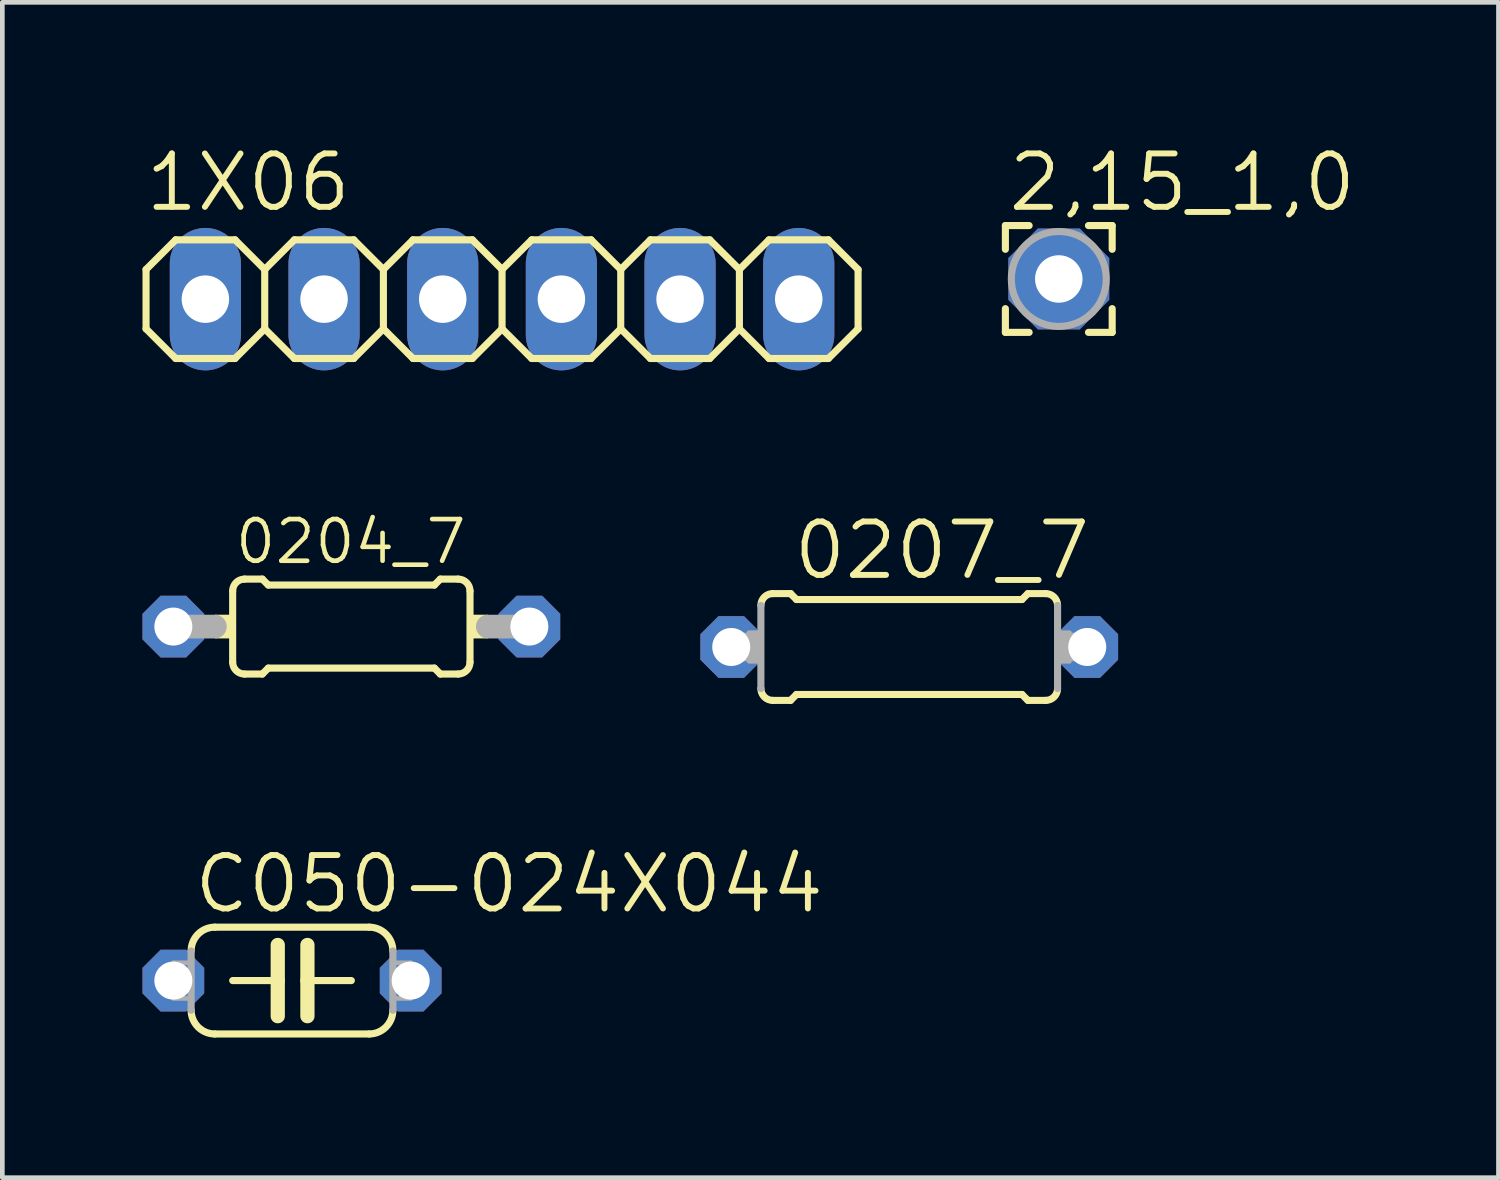
<source format=kicad_pcb>
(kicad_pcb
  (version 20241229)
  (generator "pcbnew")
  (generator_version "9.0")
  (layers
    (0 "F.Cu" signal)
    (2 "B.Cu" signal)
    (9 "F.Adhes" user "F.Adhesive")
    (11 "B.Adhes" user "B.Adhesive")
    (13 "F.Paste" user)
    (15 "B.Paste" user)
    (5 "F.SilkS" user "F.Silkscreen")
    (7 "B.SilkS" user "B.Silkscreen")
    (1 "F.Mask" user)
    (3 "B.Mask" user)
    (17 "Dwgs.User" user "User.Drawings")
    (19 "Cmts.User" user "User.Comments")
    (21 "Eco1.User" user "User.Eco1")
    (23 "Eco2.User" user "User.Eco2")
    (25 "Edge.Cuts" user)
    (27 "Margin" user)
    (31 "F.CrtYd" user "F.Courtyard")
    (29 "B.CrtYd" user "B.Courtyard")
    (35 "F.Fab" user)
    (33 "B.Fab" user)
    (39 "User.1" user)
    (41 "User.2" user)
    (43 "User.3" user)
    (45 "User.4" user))
  (footprint "0204_7"
    (layer "F.Cu")
    (at 4.47 10.361)
    (property "Reference" "0204_7" (at -2.54 -1.295 0) (layer "F.SilkS") (effects (font (size 0.892 0.892) (thickness 0.099)) (justify left bottom)))
    (fp_line (start -2.54 0.762) (end -2.54 -0.762) (stroke (width 0.152) (type solid)) (layer "F.SilkS"))
    (fp_line (start -2.286 -1.016) (end -1.905 -1.016) (stroke (width 0.152) (type solid)) (layer "F.SilkS"))
    (fp_line (start -2.286 1.016) (end -1.905 1.016) (stroke (width 0.152) (type solid)) (layer "F.SilkS"))
    (fp_line (start -1.778 -0.889) (end -1.905 -1.016) (stroke (width 0.152) (type solid)) (layer "F.SilkS"))
    (fp_line (start -1.778 0.889) (end -1.905 1.016) (stroke (width 0.152) (type solid)) (layer "F.SilkS"))
    (fp_line (start 1.778 -0.889) (end -1.778 -0.889) (stroke (width 0.152) (type solid)) (layer "F.SilkS"))
    (fp_line (start 1.778 -0.889) (end 1.905 -1.016) (stroke (width 0.152) (type solid)) (layer "F.SilkS"))
    (fp_line (start 1.778 0.889) (end -1.778 0.889) (stroke (width 0.152) (type solid)) (layer "F.SilkS"))
    (fp_line (start 1.778 0.889) (end 1.905 1.016) (stroke (width 0.152) (type solid)) (layer "F.SilkS"))
    (fp_line (start 2.286 -1.016) (end 1.905 -1.016) (stroke (width 0.152) (type solid)) (layer "F.SilkS"))
    (fp_line (start 2.286 1.016) (end 1.905 1.016) (stroke (width 0.152) (type solid)) (layer "F.SilkS"))
    (fp_line (start 2.54 0.762) (end 2.54 -0.762) (stroke (width 0.152) (type solid)) (layer "F.SilkS"))
    (fp_arc (start -2.54 -0.762) (mid -2.465605 -0.941605) (end -2.286 -1.016) (stroke (width 0.1524) (type solid)) (layer "F.SilkS"))
    (fp_arc (start -2.286 1.016) (mid -2.465605 0.941605) (end -2.54 0.762) (stroke (width 0.1524) (type solid)) (layer "F.SilkS"))
    (fp_arc (start 2.286 -1.016) (mid 2.465605 -0.941605) (end 2.54 -0.762) (stroke (width 0.1524) (type solid)) (layer "F.SilkS"))
    (fp_arc (start 2.54 0.762) (mid 2.465605 0.941605) (end 2.286 1.016) (stroke (width 0.1524) (type solid)) (layer "F.SilkS"))
    (fp_poly (pts (xy -2.921 0.254) (xy -2.54 0.254) (xy -2.54 -0.254) (xy -2.921 -0.254)) (stroke (width 0) (type solid)) (fill yes) (layer "F.SilkS"))
    (fp_poly (pts (xy 2.54 0.254) (xy 2.921 0.254) (xy 2.921 -0.254) (xy 2.54 -0.254)) (stroke (width 0) (type solid)) (fill yes) (layer "F.SilkS"))
    (fp_line (start -3.81 0) (end -2.921 0) (stroke (width 0.508) (type solid)) (layer "F.Fab"))
    (fp_line (start 3.81 0) (end 2.921 0) (stroke (width 0.508) (type solid)) (layer "F.Fab"))
    (pad "1" thru_hole roundrect (at -3.81 0) (size 1.321 1.321) (drill 0.813) (layers "*.Cu" "*.Mask") (roundrect_rratio 0.25) (chamfer_ratio 0.293) (chamfer top_left top_right bottom_left bottom_right))
    (pad "2" thru_hole roundrect (at 3.81 0) (size 1.321 1.321) (drill 0.813) (layers "*.Cu" "*.Mask") (roundrect_rratio 0.25) (chamfer_ratio 0.293) (chamfer top_left top_right bottom_left bottom_right)))
  (footprint "C050-024X044"
    (layer "F.Cu")
    (at 3.2 17.938)
    (property "Reference" "C050-024X044" (at -2.159 -1.397 0) (layer "F.SilkS") (effects (font (size 1.143 1.143) (thickness 0.127)) (justify left bottom)))
    (fp_line (start -1.27 0) (end -0.305 0) (stroke (width 0.152) (type solid)) (layer "F.SilkS"))
    (fp_line (start -0.305 -0.762) (end -0.305 0) (stroke (width 0.305) (type solid)) (layer "F.SilkS"))
    (fp_line (start -0.305 0) (end -0.305 0.762) (stroke (width 0.305) (type solid)) (layer "F.SilkS"))
    (fp_line (start 0.33 -0.762) (end 0.33 0) (stroke (width 0.305) (type solid)) (layer "F.SilkS"))
    (fp_line (start 0.33 0) (end 0.33 0.762) (stroke (width 0.305) (type solid)) (layer "F.SilkS"))
    (fp_line (start 1.27 0) (end 0.33 0) (stroke (width 0.152) (type solid)) (layer "F.SilkS"))
    (fp_line (start 1.651 -1.143) (end -1.651 -1.143) (stroke (width 0.152) (type solid)) (layer "F.SilkS"))
    (fp_line (start 1.651 1.143) (end -1.651 1.143) (stroke (width 0.152) (type solid)) (layer "F.SilkS"))
    (fp_arc (start -2.159 -0.635) (mid -2.01021 -0.99421) (end -1.651 -1.143) (stroke (width 0.1524) (type solid)) (layer "F.SilkS"))
    (fp_arc (start -1.651 1.143) (mid -2.01021 0.99421) (end -2.159 0.635) (stroke (width 0.1524) (type solid)) (layer "F.SilkS"))
    (fp_arc (start 1.651 -1.143) (mid 2.01021 -0.99421) (end 2.159 -0.635) (stroke (width 0.1524) (type solid)) (layer "F.SilkS"))
    (fp_arc (start 2.159 0.635) (mid 2.01021 0.99421) (end 1.651 1.143) (stroke (width 0.1524) (type solid)) (layer "F.SilkS"))
    (fp_line (start -2.159 0.635) (end -2.159 -0.635) (stroke (width 0.152) (type solid)) (layer "F.Fab"))
    (fp_line (start 2.159 0.635) (end 2.159 -0.635) (stroke (width 0.152) (type solid)) (layer "F.Fab"))
    (fp_poly (pts (xy -2.54 0.381) (xy -2.159 0.381) (xy -2.159 -0.381) (xy -2.54 -0.381)) (stroke (width 0.1) (type solid)) (fill no) (layer "F.Fab"))
    (fp_poly (pts (xy 2.159 0.381) (xy 2.54 0.381) (xy 2.54 -0.381) (xy 2.159 -0.381)) (stroke (width 0.1) (type solid)) (fill no) (layer "F.Fab"))
    (pad "1" thru_hole roundrect (at -2.54 0) (size 1.321 1.321) (drill 0.813) (layers "*.Cu" "*.Mask") (roundrect_rratio 0.25) (chamfer_ratio 0.293) (chamfer top_left top_right bottom_left bottom_right))
    (pad "2" thru_hole roundrect (at 2.54 0) (size 1.321 1.321) (drill 0.813) (layers "*.Cu" "*.Mask") (roundrect_rratio 0.25) (chamfer_ratio 0.293) (chamfer top_left top_right bottom_left bottom_right)))
  (footprint "0207_7"
    (layer "F.Cu")
    (at 16.411 10.798)
    (property "Reference" "0207_7" (at -2.54 -1.397 0) (layer "F.SilkS") (effects (font (size 1.143 1.143) (thickness 0.127)) (justify left bottom)))
    (fp_line (start -2.921 -1.143) (end -2.54 -1.143) (stroke (width 0.152) (type solid)) (layer "F.SilkS"))
    (fp_line (start -2.921 1.143) (end -2.54 1.143) (stroke (width 0.152) (type solid)) (layer "F.SilkS"))
    (fp_line (start -2.413 -1.016) (end -2.54 -1.143) (stroke (width 0.152) (type solid)) (layer "F.SilkS"))
    (fp_line (start -2.413 1.016) (end -2.54 1.143) (stroke (width 0.152) (type solid)) (layer "F.SilkS"))
    (fp_line (start 2.413 -1.016) (end -2.413 -1.016) (stroke (width 0.152) (type solid)) (layer "F.SilkS"))
    (fp_line (start 2.413 -1.016) (end 2.54 -1.143) (stroke (width 0.152) (type solid)) (layer "F.SilkS"))
    (fp_line (start 2.413 1.016) (end -2.413 1.016) (stroke (width 0.152) (type solid)) (layer "F.SilkS"))
    (fp_line (start 2.413 1.016) (end 2.54 1.143) (stroke (width 0.152) (type solid)) (layer "F.SilkS"))
    (fp_line (start 2.921 -1.143) (end 2.54 -1.143) (stroke (width 0.152) (type solid)) (layer "F.SilkS"))
    (fp_line (start 2.921 1.143) (end 2.54 1.143) (stroke (width 0.152) (type solid)) (layer "F.SilkS"))
    (fp_arc (start -3.175 -0.889) (mid -3.100605 -1.068605) (end -2.921 -1.143) (stroke (width 0.1524) (type solid)) (layer "F.SilkS"))
    (fp_arc (start -2.921 1.143) (mid -3.100605 1.068605) (end -3.175 0.889) (stroke (width 0.1524) (type solid)) (layer "F.SilkS"))
    (fp_arc (start 2.921 -1.143) (mid 3.100605 -1.068605) (end 3.175 -0.889) (stroke (width 0.1524) (type solid)) (layer "F.SilkS"))
    (fp_arc (start 3.175 0.889) (mid 3.100605 1.068605) (end 2.921 1.143) (stroke (width 0.1524) (type solid)) (layer "F.SilkS"))
    (fp_line (start -3.81 0) (end -3.429 0) (stroke (width 0.61) (type solid)) (layer "F.Fab"))
    (fp_line (start -3.175 0.889) (end -3.175 -0.889) (stroke (width 0.152) (type solid)) (layer "F.Fab"))
    (fp_line (start 3.175 0.889) (end 3.175 -0.889) (stroke (width 0.152) (type solid)) (layer "F.Fab"))
    (fp_line (start 3.429 0) (end 3.81 0) (stroke (width 0.61) (type solid)) (layer "F.Fab"))
    (fp_poly (pts (xy -3.429 0.305) (xy -3.175 0.305) (xy -3.175 -0.305) (xy -3.429 -0.305)) (stroke (width 0.1) (type solid)) (fill no) (layer "F.Fab"))
    (fp_poly (pts (xy 3.175 0.305) (xy 3.429 0.305) (xy 3.429 -0.305) (xy 3.175 -0.305)) (stroke (width 0.1) (type solid)) (fill no) (layer "F.Fab"))
    (pad "1" thru_hole roundrect (at -3.81 0) (size 1.321 1.321) (drill 0.813) (layers "*.Cu" "*.Mask") (roundrect_rratio 0.25) (chamfer_ratio 0.293) (chamfer top_left top_right bottom_left bottom_right))
    (pad "2" thru_hole roundrect (at 3.81 0) (size 1.321 1.321) (drill 0.813) (layers "*.Cu" "*.Mask") (roundrect_rratio 0.25) (chamfer_ratio 0.293) (chamfer top_left top_right bottom_left bottom_right)))
  (footprint "2,15_1,0"
    (layer "F.Cu")
    (at 19.612 2.921)
    (property "Reference" "2,15_1,0" (at -1.143 -1.397 0) (layer "F.SilkS") (effects (font (size 1.143 1.143) (thickness 0.127)) (justify left bottom)))
    (fp_line (start -1.143 -1.143) (end -1.143 -0.635) (stroke (width 0.152) (type solid)) (layer "F.SilkS"))
    (fp_line (start -1.143 0.635) (end -1.143 1.143) (stroke (width 0.152) (type solid)) (layer "F.SilkS"))
    (fp_line (start -1.143 1.143) (end -0.635 1.143) (stroke (width 0.152) (type solid)) (layer "F.SilkS"))
    (fp_line (start -0.635 -1.143) (end -1.143 -1.143) (stroke (width 0.152) (type solid)) (layer "F.SilkS"))
    (fp_line (start 1.143 -1.143) (end 0.635 -1.143) (stroke (width 0.152) (type solid)) (layer "F.SilkS"))
    (fp_line (start 1.143 -0.635) (end 1.143 -1.143) (stroke (width 0.152) (type solid)) (layer "F.SilkS"))
    (fp_line (start 1.143 1.143) (end 0.635 1.143) (stroke (width 0.152) (type solid)) (layer "F.SilkS"))
    (fp_line (start 1.143 1.143) (end 1.143 0.635) (stroke (width 0.152) (type solid)) (layer "F.SilkS"))
    (fp_circle (center 0 0) (end 1.016 0) (stroke (width 0.152) (type solid)) (fill no) (layer "F.Fab"))
    (pad "1" thru_hole roundrect (at 0 0) (size 2.159 2.159) (drill 1.016) (layers "*.Cu" "*.Mask") (roundrect_rratio 0.25) (chamfer_ratio 0.293) (chamfer top_left top_right bottom_left bottom_right)))
  (footprint "1X06"
    (layer "F.Cu")
    (at 7.696 3.353)
    (property "Reference" "1X06" (at -7.696 -1.829 0) (layer "F.SilkS") (effects (font (size 1.143 1.143) (thickness 0.127)) (justify left bottom)))
    (fp_line (start -7.62 -0.635) (end -7.62 0.635) (stroke (width 0.152) (type solid)) (layer "F.SilkS"))
    (fp_line (start -7.62 0.635) (end -6.985 1.27) (stroke (width 0.152) (type solid)) (layer "F.SilkS"))
    (fp_line (start -6.985 -1.27) (end -7.62 -0.635) (stroke (width 0.152) (type solid)) (layer "F.SilkS"))
    (fp_line (start -6.985 -1.27) (end -5.715 -1.27) (stroke (width 0.152) (type solid)) (layer "F.SilkS"))
    (fp_line (start -5.715 -1.27) (end -5.08 -0.635) (stroke (width 0.152) (type solid)) (layer "F.SilkS"))
    (fp_line (start -5.715 1.27) (end -6.985 1.27) (stroke (width 0.152) (type solid)) (layer "F.SilkS"))
    (fp_line (start -5.08 -0.635) (end -5.08 0.635) (stroke (width 0.152) (type solid)) (layer "F.SilkS"))
    (fp_line (start -5.08 -0.635) (end -4.445 -1.27) (stroke (width 0.152) (type solid)) (layer "F.SilkS"))
    (fp_line (start -5.08 0.635) (end -5.715 1.27) (stroke (width 0.152) (type solid)) (layer "F.SilkS"))
    (fp_line (start -4.445 -1.27) (end -3.175 -1.27) (stroke (width 0.152) (type solid)) (layer "F.SilkS"))
    (fp_line (start -4.445 1.27) (end -5.08 0.635) (stroke (width 0.152) (type solid)) (layer "F.SilkS"))
    (fp_line (start -3.175 -1.27) (end -2.54 -0.635) (stroke (width 0.152) (type solid)) (layer "F.SilkS"))
    (fp_line (start -3.175 1.27) (end -4.445 1.27) (stroke (width 0.152) (type solid)) (layer "F.SilkS"))
    (fp_line (start -2.54 -0.635) (end -2.54 0.635) (stroke (width 0.152) (type solid)) (layer "F.SilkS"))
    (fp_line (start -2.54 -0.635) (end -1.905 -1.27) (stroke (width 0.152) (type solid)) (layer "F.SilkS"))
    (fp_line (start -2.54 0.635) (end -3.175 1.27) (stroke (width 0.152) (type solid)) (layer "F.SilkS"))
    (fp_line (start -1.905 -1.27) (end -0.635 -1.27) (stroke (width 0.152) (type solid)) (layer "F.SilkS"))
    (fp_line (start -1.905 1.27) (end -2.54 0.635) (stroke (width 0.152) (type solid)) (layer "F.SilkS"))
    (fp_line (start -0.635 -1.27) (end 0 -0.635) (stroke (width 0.152) (type solid)) (layer "F.SilkS"))
    (fp_line (start -0.635 1.27) (end -1.905 1.27) (stroke (width 0.152) (type solid)) (layer "F.SilkS"))
    (fp_line (start 0 -0.635) (end 0 0.635) (stroke (width 0.152) (type solid)) (layer "F.SilkS"))
    (fp_line (start 0 0.635) (end -0.635 1.27) (stroke (width 0.152) (type solid)) (layer "F.SilkS"))
    (fp_line (start 0 0.635) (end 0.635 1.27) (stroke (width 0.152) (type solid)) (layer "F.SilkS"))
    (fp_line (start 0.635 -1.27) (end 0 -0.635) (stroke (width 0.152) (type solid)) (layer "F.SilkS"))
    (fp_line (start 0.635 -1.27) (end 1.905 -1.27) (stroke (width 0.152) (type solid)) (layer "F.SilkS"))
    (fp_line (start 1.905 -1.27) (end 2.54 -0.635) (stroke (width 0.152) (type solid)) (layer "F.SilkS"))
    (fp_line (start 1.905 1.27) (end 0.635 1.27) (stroke (width 0.152) (type solid)) (layer "F.SilkS"))
    (fp_line (start 2.54 -0.635) (end 2.54 0.635) (stroke (width 0.152) (type solid)) (layer "F.SilkS"))
    (fp_line (start 2.54 -0.635) (end 3.175 -1.27) (stroke (width 0.152) (type solid)) (layer "F.SilkS"))
    (fp_line (start 2.54 0.635) (end 1.905 1.27) (stroke (width 0.152) (type solid)) (layer "F.SilkS"))
    (fp_line (start 3.175 -1.27) (end 4.445 -1.27) (stroke (width 0.152) (type solid)) (layer "F.SilkS"))
    (fp_line (start 3.175 1.27) (end 2.54 0.635) (stroke (width 0.152) (type solid)) (layer "F.SilkS"))
    (fp_line (start 4.445 -1.27) (end 5.08 -0.635) (stroke (width 0.152) (type solid)) (layer "F.SilkS"))
    (fp_line (start 4.445 1.27) (end 3.175 1.27) (stroke (width 0.152) (type solid)) (layer "F.SilkS"))
    (fp_line (start 5.08 -0.635) (end 5.08 0.635) (stroke (width 0.152) (type solid)) (layer "F.SilkS"))
    (fp_line (start 5.08 0.635) (end 4.445 1.27) (stroke (width 0.152) (type solid)) (layer "F.SilkS"))
    (fp_line (start 5.08 0.635) (end 5.715 1.27) (stroke (width 0.152) (type solid)) (layer "F.SilkS"))
    (fp_line (start 5.715 -1.27) (end 5.08 -0.635) (stroke (width 0.152) (type solid)) (layer "F.SilkS"))
    (fp_line (start 5.715 -1.27) (end 6.985 -1.27) (stroke (width 0.152) (type solid)) (layer "F.SilkS"))
    (fp_line (start 6.985 -1.27) (end 7.62 -0.635) (stroke (width 0.152) (type solid)) (layer "F.SilkS"))
    (fp_line (start 6.985 1.27) (end 5.715 1.27) (stroke (width 0.152) (type solid)) (layer "F.SilkS"))
    (fp_line (start 7.62 -0.635) (end 7.62 0.635) (stroke (width 0.152) (type solid)) (layer "F.SilkS"))
    (fp_line (start 7.62 0.635) (end 6.985 1.27) (stroke (width 0.152) (type solid)) (layer "F.SilkS"))
    (fp_poly (pts (xy -6.604 0.254) (xy -6.096 0.254) (xy -6.096 -0.254) (xy -6.604 -0.254)) (stroke (width 0.1) (type solid)) (fill no) (layer "F.Fab"))
    (fp_poly (pts (xy -4.064 0.254) (xy -3.556 0.254) (xy -3.556 -0.254) (xy -4.064 -0.254)) (stroke (width 0.1) (type solid)) (fill no) (layer "F.Fab"))
    (fp_poly (pts (xy -1.524 0.254) (xy -1.016 0.254) (xy -1.016 -0.254) (xy -1.524 -0.254)) (stroke (width 0.1) (type solid)) (fill no) (layer "F.Fab"))
    (fp_poly (pts (xy 1.016 0.254) (xy 1.524 0.254) (xy 1.524 -0.254) (xy 1.016 -0.254)) (stroke (width 0.1) (type solid)) (fill no) (layer "F.Fab"))
    (fp_poly (pts (xy 3.556 0.254) (xy 4.064 0.254) (xy 4.064 -0.254) (xy 3.556 -0.254)) (stroke (width 0.1) (type solid)) (fill no) (layer "F.Fab"))
    (fp_poly (pts (xy 6.096 0.254) (xy 6.604 0.254) (xy 6.604 -0.254) (xy 6.096 -0.254)) (stroke (width 0.1) (type solid)) (fill no) (layer "F.Fab"))
    (pad "1" thru_hole oval (at -6.35 0 90) (size 3.048 1.524) (drill 1.016) (layers "*.Cu" "*.Mask"))
    (pad "2" thru_hole oval (at -3.81 0 90) (size 3.048 1.524) (drill 1.016) (layers "*.Cu" "*.Mask"))
    (pad "3" thru_hole oval (at -1.27 0 90) (size 3.048 1.524) (drill 1.016) (layers "*.Cu" "*.Mask"))
    (pad "4" thru_hole oval (at 1.27 0 90) (size 3.048 1.524) (drill 1.016) (layers "*.Cu" "*.Mask"))
    (pad "5" thru_hole oval (at 3.81 0 90) (size 3.048 1.524) (drill 1.016) (layers "*.Cu" "*.Mask"))
    (pad "6" thru_hole oval (at 6.35 0 90) (size 3.048 1.524) (drill 1.016) (layers "*.Cu" "*.Mask")))
  (gr_rect
    (start -3 -3)
    (end 29.023 22.157)
    (stroke (width 0.1) (type default))
    (fill no)
    (layer "Edge.Cuts")))
</source>
